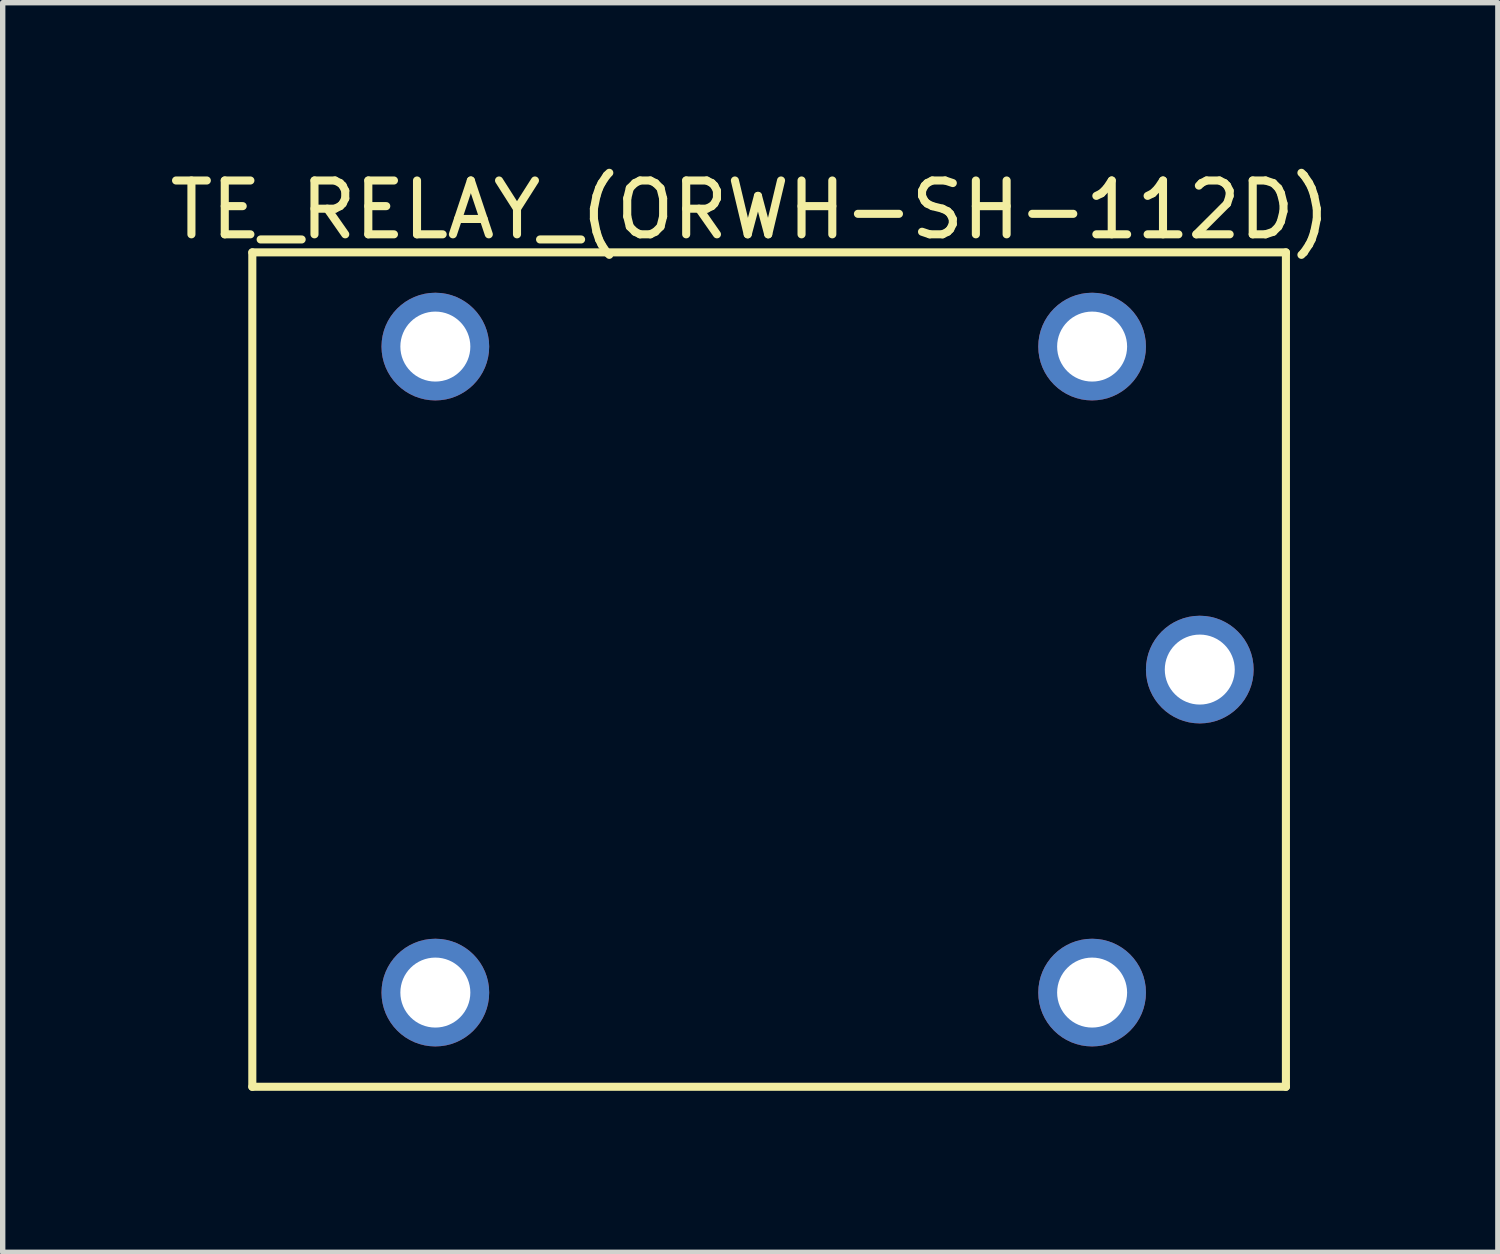
<source format=kicad_pcb>
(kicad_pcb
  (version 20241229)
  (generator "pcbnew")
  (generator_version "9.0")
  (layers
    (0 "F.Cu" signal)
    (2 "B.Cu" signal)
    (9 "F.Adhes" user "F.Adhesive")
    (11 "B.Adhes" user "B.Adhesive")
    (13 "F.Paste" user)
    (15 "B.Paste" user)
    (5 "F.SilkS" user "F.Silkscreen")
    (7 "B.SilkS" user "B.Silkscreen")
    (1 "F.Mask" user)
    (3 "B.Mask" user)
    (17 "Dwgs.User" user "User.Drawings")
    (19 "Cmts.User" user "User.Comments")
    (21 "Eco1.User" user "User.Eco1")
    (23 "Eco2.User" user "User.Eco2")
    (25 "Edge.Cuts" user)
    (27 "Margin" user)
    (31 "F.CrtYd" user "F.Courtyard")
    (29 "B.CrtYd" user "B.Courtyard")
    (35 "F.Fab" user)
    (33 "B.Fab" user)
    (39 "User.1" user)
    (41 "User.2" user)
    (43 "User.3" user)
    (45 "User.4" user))
  (footprint "TE_RELAY_(ORWH-SH-112D)"
    (layer "F.Cu")
    (at 17.237 3.388)
    (property "Reference" "TE_RELAY_(ORWH-SH-112D)" (at -6.35 -2.54 0) (layer "F.SilkS") (effects (font (size 1 1) (thickness 0.15))))
    (attr through_hole)
    (fp_line (start -15.6 -1.75) (end 3.6 -1.75) (stroke (width 0.15) (type solid)) (layer "F.SilkS"))
    (fp_line (start -15.6 13.75) (end -15.6 -1.75) (stroke (width 0.15) (type solid)) (layer "F.SilkS"))
    (fp_line (start 3.6 -1.75) (end 3.6 13.75) (stroke (width 0.15) (type solid)) (layer "F.SilkS"))
    (fp_line (start 3.6 13.75) (end -15.6 13.75) (stroke (width 0.15) (type solid)) (layer "F.SilkS"))
    (pad "1" thru_hole circle (at 0 0) (size 2 2) (drill 1.3) (layers "*.Cu" "*.Mask"))
    (pad "2" thru_hole circle (at 0 12) (size 2 2) (drill 1.3) (layers "*.Cu" "*.Mask"))
    (pad "3" thru_hole circle (at 2 6) (size 2 2) (drill 1.3) (layers "*.Cu" "*.Mask"))
    (pad "4" thru_hole circle (at -12.2 0) (size 2 2) (drill 1.3) (layers "*.Cu" "*.Mask"))
    (pad "5" thru_hole circle (at -12.2 12) (size 2 2) (drill 1.3) (layers "*.Cu" "*.Mask")))
  (gr_rect
    (start -3 -3)
    (end 24.774 20.213)
    (stroke (width 0.1) (type default))
    (fill no)
    (layer "Edge.Cuts")))
</source>
